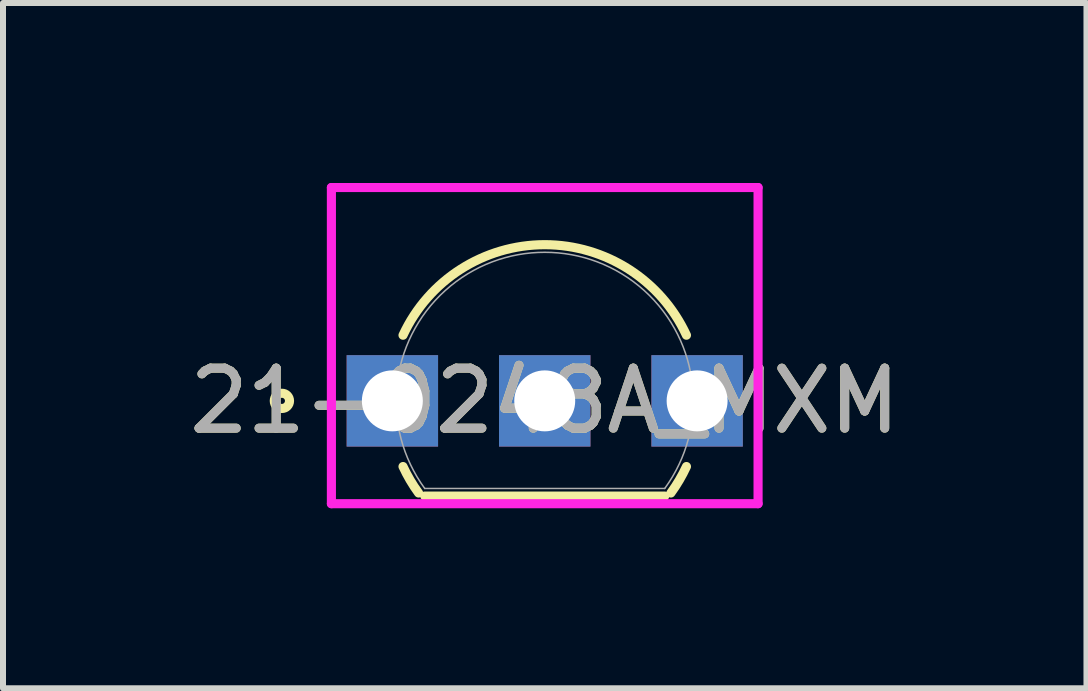
<source format=kicad_pcb>
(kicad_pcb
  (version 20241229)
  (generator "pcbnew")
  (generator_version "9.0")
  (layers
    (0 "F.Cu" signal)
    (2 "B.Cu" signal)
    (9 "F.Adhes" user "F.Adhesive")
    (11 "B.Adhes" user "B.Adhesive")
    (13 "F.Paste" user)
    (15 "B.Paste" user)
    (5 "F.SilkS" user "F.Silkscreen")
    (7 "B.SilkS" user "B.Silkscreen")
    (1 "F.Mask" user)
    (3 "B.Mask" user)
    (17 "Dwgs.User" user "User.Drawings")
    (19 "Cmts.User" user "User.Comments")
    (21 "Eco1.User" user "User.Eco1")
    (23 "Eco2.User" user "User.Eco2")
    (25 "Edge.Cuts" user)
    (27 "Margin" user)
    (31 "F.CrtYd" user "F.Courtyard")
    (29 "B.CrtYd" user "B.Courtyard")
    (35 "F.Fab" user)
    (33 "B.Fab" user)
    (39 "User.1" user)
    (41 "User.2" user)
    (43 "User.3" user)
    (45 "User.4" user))
  (footprint "21-0248A_MXM"
    (layer "F.Cu")
    (at 3.49 3.632)
    (property "Reference" "21-0248A_MXM" (at 2.54 0 0) (unlocked yes) (layer "F.SilkS") (effects (font (size 1 1) (thickness 0.15))))
    (attr through_hole)
    (fp_line (start 0.54 1.587) (end 4.54 1.587) (stroke (width 0.152) (type solid)) (layer "F.SilkS"))
    (fp_arc (start 0.17785 -1.094741) (mid 2.540001 -2.6035) (end 4.902151 -1.09474) (stroke (width 0.1524) (type solid)) (layer "F.SilkS"))
    (fp_arc (start 0.437437 1.535396) (mid 0.296797 1.321458) (end 0.177849 1.094741) (stroke (width 0.1524) (type solid)) (layer "F.SilkS"))
    (fp_arc (start 4.902151 1.09474) (mid 4.783203 1.321458) (end 4.642563 1.535397) (stroke (width 0.1524) (type solid)) (layer "F.SilkS"))
    (fp_circle (center -1.841 0) (end -1.714 0) (stroke (width 0.152) (type solid)) (fill no) (layer "F.SilkS"))
    (fp_line (start -1.016 -3.556) (end 6.096 -3.556) (stroke (width 0.152) (type solid)) (layer "F.CrtYd"))
    (fp_line (start -1.016 1.714) (end -1.016 -3.556) (stroke (width 0.152) (type solid)) (layer "F.CrtYd"))
    (fp_line (start 6.096 -3.556) (end 6.096 1.714) (stroke (width 0.152) (type solid)) (layer "F.CrtYd"))
    (fp_line (start 6.096 1.714) (end -1.016 1.714) (stroke (width 0.152) (type solid)) (layer "F.CrtYd"))
    (fp_line (start -0.254 0) (end 0.254 0) (stroke (width 0.152) (type solid)) (layer "F.Fab"))
    (fp_line (start 0 0.254) (end 0 -0.254) (stroke (width 0.152) (type solid)) (layer "F.Fab"))
    (fp_line (start 0.54 1.46) (end 4.54 1.46) (stroke (width 0.025) (type solid)) (layer "F.Fab"))
    (fp_arc (start 0.540001 1.460499) (mid 2.54 -2.4765) (end 4.539998 1.4605) (stroke (width 0.0254) (type solid)) (layer "F.Fab"))
    (fp_circle (center 0.318 0) (end 0.445 0) (stroke (width 0.025) (type solid)) (fill no) (layer "F.Fab"))
    (fp_text user "${REFERENCE}" (at 2.54 0 0) (unlocked yes) (layer "F.Fab") (effects (font (size 1 1) (thickness 0.15))))
    (pad "1" thru_hole rect (at 0 0) (size 1.524 1.524) (drill 1.016) (layers "*.Cu" "*.Mask"))
    (pad "2" thru_hole rect (at 2.54 0) (size 1.524 1.524) (drill 1.016) (layers "*.Cu" "*.Mask"))
    (pad "3" thru_hole rect (at 5.08 0) (size 1.524 1.524) (drill 1.016) (layers "*.Cu" "*.Mask")))
  (gr_rect
    (start -3 -3)
    (end 15.06 8.423)
    (stroke (width 0.1) (type default))
    (fill no)
    (layer "Edge.Cuts")))
</source>
